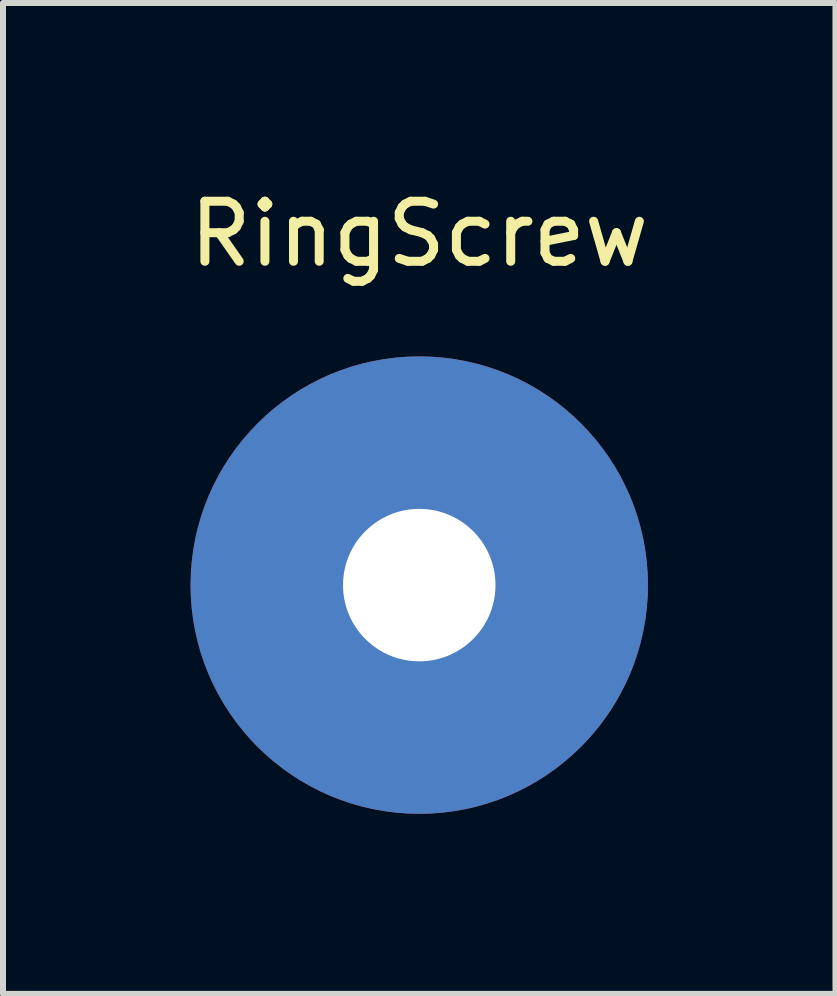
<source format=kicad_pcb>
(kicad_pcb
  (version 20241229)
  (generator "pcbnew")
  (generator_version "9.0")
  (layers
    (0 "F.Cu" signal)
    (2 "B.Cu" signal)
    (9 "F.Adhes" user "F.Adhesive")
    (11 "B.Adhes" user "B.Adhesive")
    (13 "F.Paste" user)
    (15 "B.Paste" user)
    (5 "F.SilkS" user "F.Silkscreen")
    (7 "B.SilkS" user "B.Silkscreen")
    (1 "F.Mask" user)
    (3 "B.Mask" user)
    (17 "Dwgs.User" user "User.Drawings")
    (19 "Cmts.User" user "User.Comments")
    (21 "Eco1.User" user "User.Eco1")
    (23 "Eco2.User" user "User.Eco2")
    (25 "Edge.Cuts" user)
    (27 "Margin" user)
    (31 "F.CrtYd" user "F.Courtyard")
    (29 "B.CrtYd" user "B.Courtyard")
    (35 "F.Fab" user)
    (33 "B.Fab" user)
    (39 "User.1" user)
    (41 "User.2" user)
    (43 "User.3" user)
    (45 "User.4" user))
  (footprint "RingScrew"
    (layer "F.Cu")
    (at 3.935 0.348)
    (property "Reference" "RingScrew" (at 0 0.5 0) (layer "F.SilkS") (effects (font (size 1 1) (thickness 0.15))))
    (attr through_hole)
    (pad "1" thru_hole circle (at 0 6.35) (size 7.62 7.62) (drill 2.54) (layers "*.Cu" "*.Mask")))
  (gr_rect
    (start -3 -3)
    (end 10.869 13.508)
    (stroke (width 0.1) (type default))
    (fill no)
    (layer "Edge.Cuts")))
</source>
